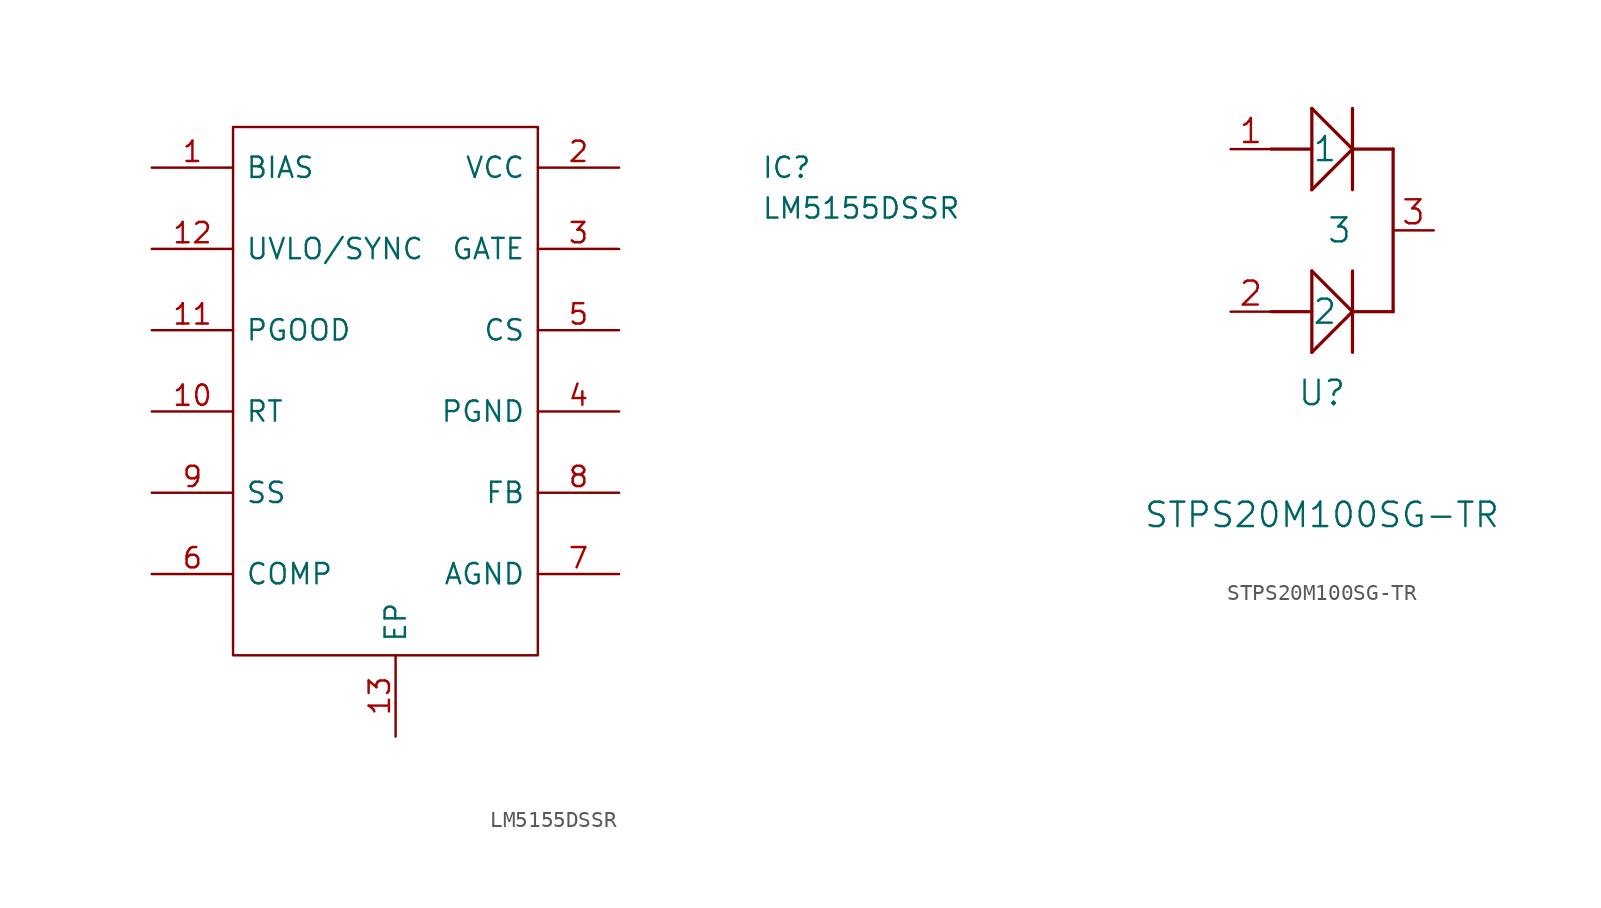
<source format=kicad_sym>
(kicad_symbol_lib
  (version 20211014)
  (generator kicad_symbol_editor)
  (symbol "LM5155DSSR"
    (pin_names
      (offset 0.762))
    (property "Reference" "IC"
      (at 31.75 7.62 0)
      (effects (font (size 1.27 1.27)) (justify left)))
    (property "Value" "LM5155DSSR"
      (at 31.75 5.08 0)
      (effects (font (size 1.27 1.27)) (justify left)))
    (symbol "LM5155DSSR_0_0"
      (pin passive line (at -6.35 7.62 0) (length 5.08) (name "BIAS" (effects (font (size 1.27 1.27)))) (number "1" (effects (font (size 1.27 1.27)))))
      (pin passive line (at -6.35 -7.62 0) (length 5.08) (name "RT" (effects (font (size 1.27 1.27)))) (number "10" (effects (font (size 1.27 1.27)))))
      (pin passive line (at -6.35 -2.54 0) (length 5.08) (name "PGOOD" (effects (font (size 1.27 1.27)))) (number "11" (effects (font (size 1.27 1.27)))))
      (pin passive line (at -6.35 2.54 0) (length 5.08) (name "UVLO/SYNC" (effects (font (size 1.27 1.27)))) (number "12" (effects (font (size 1.27 1.27)))))
      (pin passive line (at 8.89 -27.94 90) (length 5.08) (name "EP" (effects (font (size 1.27 1.27)))) (number "13" (effects (font (size 1.27 1.27)))))
      (pin passive line (at 22.86 7.62 180) (length 5.08) (name "VCC" (effects (font (size 1.27 1.27)))) (number "2" (effects (font (size 1.27 1.27)))))
      (pin passive line (at 22.86 2.54 180) (length 5.08) (name "GATE" (effects (font (size 1.27 1.27)))) (number "3" (effects (font (size 1.27 1.27)))))
      (pin passive line (at 22.86 -7.62 180) (length 5.08) (name "PGND" (effects (font (size 1.27 1.27)))) (number "4" (effects (font (size 1.27 1.27)))))
      (pin passive line (at 22.86 -2.54 180) (length 5.08) (name "CS" (effects (font (size 1.27 1.27)))) (number "5" (effects (font (size 1.27 1.27)))))
      (pin passive line (at -6.35 -17.78 0) (length 5.08) (name "COMP" (effects (font (size 1.27 1.27)))) (number "6" (effects (font (size 1.27 1.27)))))
      (pin passive line (at 22.86 -17.78 180) (length 5.08) (name "AGND" (effects (font (size 1.27 1.27)))) (number "7" (effects (font (size 1.27 1.27)))))
      (pin passive line (at 22.86 -12.7 180) (length 5.08) (name "FB" (effects (font (size 1.27 1.27)))) (number "8" (effects (font (size 1.27 1.27)))))
      (pin passive line (at -6.35 -12.7 0) (length 5.08) (name "SS" (effects (font (size 1.27 1.27)))) (number "9" (effects (font (size 1.27 1.27))))))
    (symbol "LM5155DSSR_0_1"
      (polyline (pts (xy -1.27 10.16) (xy 17.78 10.16) (xy 17.78 -22.86) (xy -1.27 -22.86) (xy -1.27 10.16)) (stroke (width 0.152) (type default) (color 0 0 0 0)) (fill (type none)))))
  (symbol "STPS20M100SG-TR"
    (pin_names
      (offset 2.54))
    (property "Reference" "U"
      (at 5.715 -15.24 0)
      (effects (font (size 1.524 1.524))))
    (property "Value" "STPS20M100SG-TR"
      (at 5.715 -22.86 0)
      (effects (font (size 1.524 1.524))))
    (property "Datasheet" ""
      (at 0 0 0)
      (effects (font (size 1.524 1.524))))
    (property "ki_locked" ""
      (at 0 0 0)
      (effects (font (size 1.27 1.27))))
    (symbol "STPS20M100SG-TR_1_1"
      (polyline (pts (xy 2.54 -10.16) (xy 5.08 -10.16)) (stroke (width 0.203) (type default) (color 0 0 0 0)) (fill (type none)))
      (polyline (pts (xy 2.54 0) (xy 5.08 0)) (stroke (width 0.203) (type default) (color 0 0 0 0)) (fill (type none)))
      (polyline (pts (xy 5.08 -12.7) (xy 5.08 -7.62)) (stroke (width 0.203) (type default) (color 0 0 0 0)) (fill (type none)))
      (polyline (pts (xy 5.08 -12.7) (xy 7.62 -10.16)) (stroke (width 0.203) (type default) (color 0 0 0 0)) (fill (type none)))
      (polyline (pts (xy 5.08 -7.62) (xy 7.62 -10.16)) (stroke (width 0.203) (type default) (color 0 0 0 0)) (fill (type none)))
      (polyline (pts (xy 5.08 -2.54) (xy 7.62 0)) (stroke (width 0.203) (type default) (color 0 0 0 0)) (fill (type none)))
      (polyline (pts (xy 5.08 2.54) (xy 5.08 -2.54)) (stroke (width 0.203) (type default) (color 0 0 0 0)) (fill (type none)))
      (polyline (pts (xy 5.08 2.54) (xy 7.62 0)) (stroke (width 0.203) (type default) (color 0 0 0 0)) (fill (type none)))
      (polyline (pts (xy 7.62 -12.7) (xy 7.62 -7.62)) (stroke (width 0.203) (type default) (color 0 0 0 0)) (fill (type none)))
      (polyline (pts (xy 7.62 2.54) (xy 7.62 -2.54)) (stroke (width 0.203) (type default) (color 0 0 0 0)) (fill (type none)))
      (polyline (pts (xy 10.16 -10.16) (xy 7.62 -10.16)) (stroke (width 0.203) (type default) (color 0 0 0 0)) (fill (type none)))
      (polyline (pts (xy 10.16 0) (xy 7.62 0)) (stroke (width 0.203) (type default) (color 0 0 0 0)) (fill (type none)))
      (polyline (pts (xy 10.16 0) (xy 10.16 -10.16)) (stroke (width 0.203) (type default) (color 0 0 0 0)) (fill (type none)))
      (pin passive line (at 0 0 0) (length 2.54) (name "1" (effects (font (size 1.499 1.499)))) (number "1" (effects (font (size 1.499 1.499)))))
      (pin passive line (at 0 -10.16 0) (length 2.54) (name "2" (effects (font (size 1.499 1.499)))) (number "2" (effects (font (size 1.499 1.499)))))
      (pin passive line (at 12.7 -5.08 180) (length 2.54) (name "3" (effects (font (size 1.499 1.499)))) (number "3" (effects (font (size 1.499 1.499))))))))
</source>
